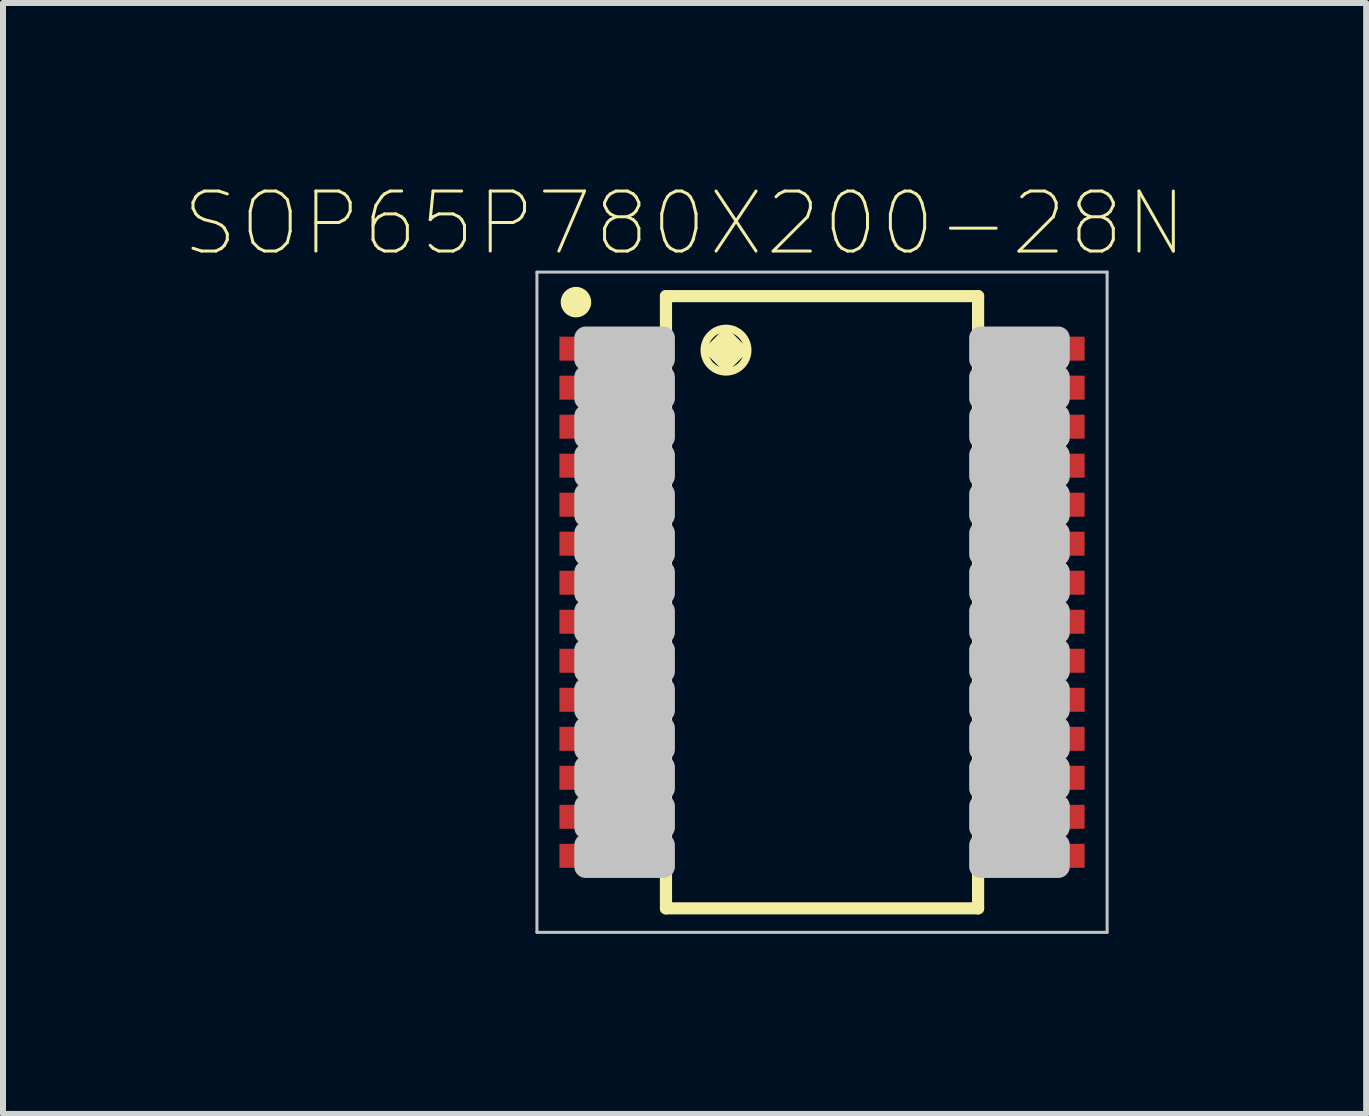
<source format=kicad_pcb>
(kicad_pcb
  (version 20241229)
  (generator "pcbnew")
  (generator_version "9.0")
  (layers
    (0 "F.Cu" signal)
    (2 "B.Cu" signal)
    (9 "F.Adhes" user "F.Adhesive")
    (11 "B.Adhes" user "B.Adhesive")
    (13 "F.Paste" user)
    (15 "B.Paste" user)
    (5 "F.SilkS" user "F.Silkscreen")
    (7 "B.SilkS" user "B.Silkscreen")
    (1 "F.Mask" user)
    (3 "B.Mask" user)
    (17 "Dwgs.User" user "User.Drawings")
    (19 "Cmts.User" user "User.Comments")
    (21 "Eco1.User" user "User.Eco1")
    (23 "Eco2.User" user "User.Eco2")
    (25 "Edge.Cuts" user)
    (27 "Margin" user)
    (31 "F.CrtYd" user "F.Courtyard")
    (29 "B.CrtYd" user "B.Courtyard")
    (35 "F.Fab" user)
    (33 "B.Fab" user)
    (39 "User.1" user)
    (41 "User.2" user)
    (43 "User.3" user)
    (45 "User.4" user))
  (footprint "SOP65P780X200-28N"
    (layer "F.Cu")
    (at 10.646 6.984)
    (property "Reference" "SOP65P780X200-28N" (at -2.29 -6.311 0) (layer "F.SilkS") (effects (font (size 1 1) (thickness 0.05))))
    (attr smd)
    (fp_line (start -2.6 -5.1) (end -2.6 5.1) (stroke (width 0.203) (type solid)) (layer "F.SilkS"))
    (fp_line (start -2.6 5.1) (end 2.6 5.1) (stroke (width 0.203) (type solid)) (layer "F.SilkS"))
    (fp_line (start 2.6 -5.1) (end -2.6 -5.1) (stroke (width 0.203) (type solid)) (layer "F.SilkS"))
    (fp_line (start 2.6 5.1) (end 2.6 -5.1) (stroke (width 0.203) (type solid)) (layer "F.SilkS"))
    (fp_circle (center -4.1 -5) (end -3.846 -5) (stroke (width 0) (type solid)) (fill yes) (layer "F.SilkS"))
    (fp_circle (center -1.6 -4.2) (end -1.239 -4.2) (stroke (width 0.127) (type solid)) (fill no) (layer "F.SilkS"))
    (fp_poly (pts (xy -1.9 -4.2) (xy -1.6 -4.5) (xy -1.3 -4.2) (xy -1.6 -3.9)) (stroke (width 0.127) (type solid)) (fill yes) (layer "F.SilkS"))
    (fp_line (start -4.75 -5.5) (end 4.75 -5.5) (stroke (width 0.05) (type solid)) (layer "Dwgs.User"))
    (fp_line (start -4.75 5.5) (end -4.75 -5.5) (stroke (width 0.05) (type solid)) (layer "Dwgs.User"))
    (fp_line (start 4.75 -5.5) (end 4.75 5.5) (stroke (width 0.05) (type solid)) (layer "Dwgs.User"))
    (fp_line (start 4.75 5.5) (end -4.75 5.5) (stroke (width 0.05) (type solid)) (layer "Dwgs.User"))
    (fp_poly (pts (xy -2.642 -4.403) (xy -2.642 -4.047) (xy -3.937 -4.047) (xy -3.937 -4.403)) (stroke (width 0.381) (type solid)) (fill no) (layer "Dwgs.User"))
    (fp_poly (pts (xy -2.642 -3.753) (xy -2.642 -3.397) (xy -3.937 -3.397) (xy -3.937 -3.753)) (stroke (width 0.381) (type solid)) (fill no) (layer "Dwgs.User"))
    (fp_poly (pts (xy -2.642 -3.103) (xy -2.642 -2.747) (xy -3.937 -2.747) (xy -3.937 -3.103)) (stroke (width 0.381) (type solid)) (fill no) (layer "Dwgs.User"))
    (fp_poly (pts (xy -2.642 -2.453) (xy -2.642 -2.097) (xy -3.937 -2.097) (xy -3.937 -2.453)) (stroke (width 0.381) (type solid)) (fill no) (layer "Dwgs.User"))
    (fp_poly (pts (xy -2.642 -1.803) (xy -2.642 -1.447) (xy -3.937 -1.447) (xy -3.937 -1.803)) (stroke (width 0.381) (type solid)) (fill no) (layer "Dwgs.User"))
    (fp_poly (pts (xy -2.642 -1.153) (xy -2.642 -0.797) (xy -3.937 -0.797) (xy -3.937 -1.153)) (stroke (width 0.381) (type solid)) (fill no) (layer "Dwgs.User"))
    (fp_poly (pts (xy -2.642 -0.503) (xy -2.642 -0.147) (xy -3.937 -0.147) (xy -3.937 -0.503)) (stroke (width 0.381) (type solid)) (fill no) (layer "Dwgs.User"))
    (fp_poly (pts (xy -2.642 0.147) (xy -2.642 0.503) (xy -3.937 0.503) (xy -3.937 0.147)) (stroke (width 0.381) (type solid)) (fill no) (layer "Dwgs.User"))
    (fp_poly (pts (xy -2.642 0.797) (xy -2.642 1.153) (xy -3.937 1.153) (xy -3.937 0.797)) (stroke (width 0.381) (type solid)) (fill no) (layer "Dwgs.User"))
    (fp_poly (pts (xy -2.642 1.447) (xy -2.642 1.803) (xy -3.937 1.803) (xy -3.937 1.447)) (stroke (width 0.381) (type solid)) (fill no) (layer "Dwgs.User"))
    (fp_poly (pts (xy -2.642 2.097) (xy -2.642 2.453) (xy -3.937 2.453) (xy -3.937 2.097)) (stroke (width 0.381) (type solid)) (fill no) (layer "Dwgs.User"))
    (fp_poly (pts (xy -2.642 2.747) (xy -2.642 3.103) (xy -3.937 3.103) (xy -3.937 2.747)) (stroke (width 0.381) (type solid)) (fill no) (layer "Dwgs.User"))
    (fp_poly (pts (xy -2.642 3.397) (xy -2.642 3.753) (xy -3.937 3.753) (xy -3.937 3.397)) (stroke (width 0.381) (type solid)) (fill no) (layer "Dwgs.User"))
    (fp_poly (pts (xy -2.642 4.047) (xy -2.642 4.403) (xy -3.937 4.403) (xy -3.937 4.047)) (stroke (width 0.381) (type solid)) (fill no) (layer "Dwgs.User"))
    (fp_poly (pts (xy 3.937 -4.403) (xy 3.937 -4.047) (xy 2.642 -4.047) (xy 2.642 -4.403)) (stroke (width 0.381) (type solid)) (fill no) (layer "Dwgs.User"))
    (fp_poly (pts (xy 3.937 -3.753) (xy 3.937 -3.397) (xy 2.642 -3.397) (xy 2.642 -3.753)) (stroke (width 0.381) (type solid)) (fill no) (layer "Dwgs.User"))
    (fp_poly (pts (xy 3.937 -3.103) (xy 3.937 -2.747) (xy 2.642 -2.747) (xy 2.642 -3.103)) (stroke (width 0.381) (type solid)) (fill no) (layer "Dwgs.User"))
    (fp_poly (pts (xy 3.937 -2.453) (xy 3.937 -2.097) (xy 2.642 -2.097) (xy 2.642 -2.453)) (stroke (width 0.381) (type solid)) (fill no) (layer "Dwgs.User"))
    (fp_poly (pts (xy 3.937 -1.803) (xy 3.937 -1.447) (xy 2.642 -1.447) (xy 2.642 -1.803)) (stroke (width 0.381) (type solid)) (fill no) (layer "Dwgs.User"))
    (fp_poly (pts (xy 3.937 -1.153) (xy 3.937 -0.797) (xy 2.642 -0.797) (xy 2.642 -1.153)) (stroke (width 0.381) (type solid)) (fill no) (layer "Dwgs.User"))
    (fp_poly (pts (xy 3.937 -0.503) (xy 3.937 -0.147) (xy 2.642 -0.147) (xy 2.642 -0.503)) (stroke (width 0.381) (type solid)) (fill no) (layer "Dwgs.User"))
    (fp_poly (pts (xy 3.937 0.147) (xy 3.937 0.503) (xy 2.642 0.503) (xy 2.642 0.147)) (stroke (width 0.381) (type solid)) (fill no) (layer "Dwgs.User"))
    (fp_poly (pts (xy 3.937 0.797) (xy 3.937 1.153) (xy 2.642 1.153) (xy 2.642 0.797)) (stroke (width 0.381) (type solid)) (fill no) (layer "Dwgs.User"))
    (fp_poly (pts (xy 3.937 1.447) (xy 3.937 1.803) (xy 2.642 1.803) (xy 2.642 1.447)) (stroke (width 0.381) (type solid)) (fill no) (layer "Dwgs.User"))
    (fp_poly (pts (xy 3.937 2.097) (xy 3.937 2.453) (xy 2.642 2.453) (xy 2.642 2.097)) (stroke (width 0.381) (type solid)) (fill no) (layer "Dwgs.User"))
    (fp_poly (pts (xy 3.937 2.747) (xy 3.937 3.103) (xy 2.642 3.103) (xy 2.642 2.747)) (stroke (width 0.381) (type solid)) (fill no) (layer "Dwgs.User"))
    (fp_poly (pts (xy 3.937 3.397) (xy 3.937 3.753) (xy 2.642 3.753) (xy 2.642 3.397)) (stroke (width 0.381) (type solid)) (fill no) (layer "Dwgs.User"))
    (fp_poly (pts (xy 3.937 4.047) (xy 3.937 4.403) (xy 2.642 4.403) (xy 2.642 4.047)) (stroke (width 0.381) (type solid)) (fill no) (layer "Dwgs.User"))
    (pad "1" smd rect (at -3.625 -4.225 270) (size 0.4 1.5) (layers "F.Cu" "F.Mask" "F.Paste"))
    (pad "2" smd rect (at -3.625 -3.575 270) (size 0.4 1.5) (layers "F.Cu" "F.Mask" "F.Paste"))
    (pad "3" smd rect (at -3.625 -2.925 270) (size 0.4 1.5) (layers "F.Cu" "F.Mask" "F.Paste"))
    (pad "4" smd rect (at -3.625 -2.275 270) (size 0.4 1.5) (layers "F.Cu" "F.Mask" "F.Paste"))
    (pad "5" smd rect (at -3.625 -1.625 270) (size 0.4 1.5) (layers "F.Cu" "F.Mask" "F.Paste"))
    (pad "6" smd rect (at -3.625 -0.975 270) (size 0.4 1.5) (layers "F.Cu" "F.Mask" "F.Paste"))
    (pad "7" smd rect (at -3.625 -0.325 270) (size 0.4 1.5) (layers "F.Cu" "F.Mask" "F.Paste"))
    (pad "8" smd rect (at -3.625 0.325 270) (size 0.4 1.5) (layers "F.Cu" "F.Mask" "F.Paste"))
    (pad "9" smd rect (at -3.625 0.975 270) (size 0.4 1.5) (layers "F.Cu" "F.Mask" "F.Paste"))
    (pad "10" smd rect (at -3.625 1.625 270) (size 0.4 1.5) (layers "F.Cu" "F.Mask" "F.Paste"))
    (pad "11" smd rect (at -3.625 2.275 270) (size 0.4 1.5) (layers "F.Cu" "F.Mask" "F.Paste"))
    (pad "12" smd rect (at -3.625 2.925 270) (size 0.4 1.5) (layers "F.Cu" "F.Mask" "F.Paste"))
    (pad "13" smd rect (at -3.625 3.575 270) (size 0.4 1.5) (layers "F.Cu" "F.Mask" "F.Paste"))
    (pad "14" smd rect (at -3.625 4.225 270) (size 0.4 1.5) (layers "F.Cu" "F.Mask" "F.Paste"))
    (pad "15" smd rect (at 3.625 4.225 270) (size 0.4 1.5) (layers "F.Cu" "F.Mask" "F.Paste"))
    (pad "16" smd rect (at 3.625 3.575 270) (size 0.4 1.5) (layers "F.Cu" "F.Mask" "F.Paste"))
    (pad "17" smd rect (at 3.625 2.925 270) (size 0.4 1.5) (layers "F.Cu" "F.Mask" "F.Paste"))
    (pad "18" smd rect (at 3.625 2.275 270) (size 0.4 1.5) (layers "F.Cu" "F.Mask" "F.Paste"))
    (pad "19" smd rect (at 3.625 1.625 270) (size 0.4 1.5) (layers "F.Cu" "F.Mask" "F.Paste"))
    (pad "20" smd rect (at 3.625 0.975 270) (size 0.4 1.5) (layers "F.Cu" "F.Mask" "F.Paste"))
    (pad "21" smd rect (at 3.625 0.325 270) (size 0.4 1.5) (layers "F.Cu" "F.Mask" "F.Paste"))
    (pad "22" smd rect (at 3.625 -0.325 270) (size 0.4 1.5) (layers "F.Cu" "F.Mask" "F.Paste"))
    (pad "23" smd rect (at 3.625 -0.975 270) (size 0.4 1.5) (layers "F.Cu" "F.Mask" "F.Paste"))
    (pad "24" smd rect (at 3.625 -1.625 270) (size 0.4 1.5) (layers "F.Cu" "F.Mask" "F.Paste"))
    (pad "25" smd rect (at 3.625 -2.275 270) (size 0.4 1.5) (layers "F.Cu" "F.Mask" "F.Paste"))
    (pad "26" smd rect (at 3.625 -2.925 270) (size 0.4 1.5) (layers "F.Cu" "F.Mask" "F.Paste"))
    (pad "27" smd rect (at 3.625 -3.575 270) (size 0.4 1.5) (layers "F.Cu" "F.Mask" "F.Paste"))
    (pad "28" smd rect (at 3.625 -4.225 270) (size 0.4 1.5) (layers "F.Cu" "F.Mask" "F.Paste")))
  (gr_rect
    (start -3 -3)
    (end 19.712 15.509)
    (stroke (width 0.1) (type default))
    (fill no)
    (layer "Edge.Cuts")))
</source>
